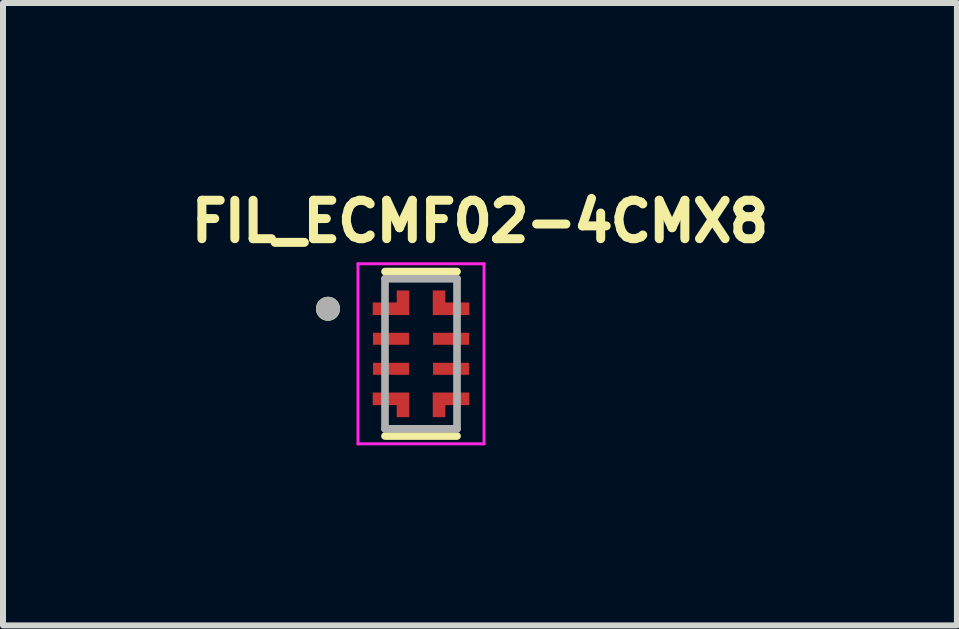
<source format=kicad_pcb>
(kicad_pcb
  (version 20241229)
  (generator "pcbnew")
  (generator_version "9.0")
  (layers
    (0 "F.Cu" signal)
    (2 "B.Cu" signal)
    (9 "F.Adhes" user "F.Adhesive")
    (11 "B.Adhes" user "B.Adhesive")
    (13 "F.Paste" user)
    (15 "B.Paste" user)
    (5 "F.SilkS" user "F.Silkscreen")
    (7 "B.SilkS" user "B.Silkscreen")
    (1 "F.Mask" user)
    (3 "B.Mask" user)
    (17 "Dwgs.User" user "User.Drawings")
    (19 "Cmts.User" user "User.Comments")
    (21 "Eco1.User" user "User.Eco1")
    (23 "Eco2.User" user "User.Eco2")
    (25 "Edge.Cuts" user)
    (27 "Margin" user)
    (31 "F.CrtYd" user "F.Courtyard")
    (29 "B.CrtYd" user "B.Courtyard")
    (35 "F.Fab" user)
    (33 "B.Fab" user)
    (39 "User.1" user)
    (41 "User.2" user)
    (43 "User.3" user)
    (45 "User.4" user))
  (footprint "FIL_ECMF02-4CMX8"
    (layer "F.Cu")
    (at 3.964 2.844)
    (property "Reference" "FIL_ECMF02-4CMX8" (at 0.982 -2.206 0) (layer "F.SilkS") (effects (font (size 0.64 0.64) (thickness 0.15))))
    (attr smd)
    (fp_poly (pts (xy -0.9 -0.55) (xy -0.1 -0.55) (xy -0.1 -1.15) (xy -0.5 -1.15) (xy -0.5 -0.95) (xy -0.9 -0.95)) (stroke (width 0.01) (type solid)) (fill yes) (layer "F.Mask"))
    (fp_poly (pts (xy -0.9 0.55) (xy -0.1 0.55) (xy -0.1 1.15) (xy -0.5 1.15) (xy -0.5 0.95) (xy -0.9 0.95)) (stroke (width 0.01) (type solid)) (fill yes) (layer "F.Mask"))
    (fp_poly (pts (xy 0.1 -1.15) (xy 0.1 -0.55) (xy 0.9 -0.55) (xy 0.9 -0.95) (xy 0.5 -0.95) (xy 0.5 -1.15)) (stroke (width 0.01) (type solid)) (fill yes) (layer "F.Mask"))
    (fp_poly (pts (xy 0.1 0.55) (xy 0.1 1.15) (xy 0.5 1.15) (xy 0.5 0.95) (xy 0.9 0.95) (xy 0.9 0.55)) (stroke (width 0.01) (type solid)) (fill yes) (layer "F.Mask"))
    (fp_line (start -0.6 -1.37) (end 0.6 -1.37) (stroke (width 0.127) (type solid)) (layer "F.SilkS"))
    (fp_line (start 0.6 1.37) (end -0.6 1.37) (stroke (width 0.127) (type solid)) (layer "F.SilkS"))
    (fp_circle (center -1.55 -0.75) (end -1.45 -0.75) (stroke (width 0.2) (type solid)) (fill no) (layer "F.SilkS"))
    (fp_poly (pts (xy -0.8 -0.65) (xy -0.2 -0.65) (xy -0.2 -1.05) (xy -0.4 -1.05) (xy -0.4 -0.85) (xy -0.8 -0.85)) (stroke (width 0.01) (type solid)) (fill yes) (layer "F.Paste"))
    (fp_poly (pts (xy -0.8 0.65) (xy -0.2 0.65) (xy -0.2 1.05) (xy -0.4 1.05) (xy -0.4 0.85) (xy -0.8 0.85)) (stroke (width 0.01) (type solid)) (fill yes) (layer "F.Paste"))
    (fp_poly (pts (xy 0.2 -1.05) (xy 0.2 -0.65) (xy 0.8 -0.65) (xy 0.8 -0.85) (xy 0.4 -0.85) (xy 0.4 -1.05)) (stroke (width 0.01) (type solid)) (fill yes) (layer "F.Paste"))
    (fp_poly (pts (xy 0.2 0.65) (xy 0.2 1.05) (xy 0.4 1.05) (xy 0.4 0.85) (xy 0.8 0.85) (xy 0.8 0.65)) (stroke (width 0.01) (type solid)) (fill yes) (layer "F.Paste"))
    (fp_line (start -1.05 -1.5) (end -1.05 1.5) (stroke (width 0.05) (type solid)) (layer "F.CrtYd"))
    (fp_line (start -1.05 1.5) (end 1.05 1.5) (stroke (width 0.05) (type solid)) (layer "F.CrtYd"))
    (fp_line (start 1.05 -1.5) (end -1.05 -1.5) (stroke (width 0.05) (type solid)) (layer "F.CrtYd"))
    (fp_line (start 1.05 1.5) (end 1.05 -1.5) (stroke (width 0.05) (type solid)) (layer "F.CrtYd"))
    (fp_line (start -0.6 -1.25) (end 0.6 -1.25) (stroke (width 0.127) (type solid)) (layer "F.Fab"))
    (fp_line (start -0.6 1.25) (end -0.6 -1.25) (stroke (width 0.127) (type solid)) (layer "F.Fab"))
    (fp_line (start 0.6 -1.25) (end 0.6 1.25) (stroke (width 0.127) (type solid)) (layer "F.Fab"))
    (fp_line (start 0.6 1.25) (end -0.6 1.25) (stroke (width 0.127) (type solid)) (layer "F.Fab"))
    (fp_circle (center -1.55 -0.75) (end -1.45 -0.75) (stroke (width 0.2) (type solid)) (fill no) (layer "F.Fab"))
    (pad "1" smd custom (at -0.5 -0.75) (size 0.1 0.1) (layers "F.Cu") (options (anchor rect)) (primitives (gr_poly (pts (xy -0.3 0.1) (xy 0.3 0.1) (xy 0.3 -0.3) (xy 0.1 -0.3) (xy 0.1 -0.1) (xy -0.3 -0.1)) (width 0.01) (fill yes))))
    (pad "2" smd rect (at -0.5 -0.25) (size 0.6 0.2) (layers "F.Cu" "F.Mask" "F.Paste"))
    (pad "3" smd rect (at -0.5 0.25) (size 0.6 0.2) (layers "F.Cu" "F.Mask" "F.Paste"))
    (pad "4" smd custom (at -0.5 0.75) (size 0.1 0.1) (layers "F.Cu") (options (anchor rect)) (primitives (gr_poly (pts (xy -0.3 -0.1) (xy 0.3 -0.1) (xy 0.3 0.3) (xy 0.1 0.3) (xy 0.1 0.1) (xy -0.3 0.1)) (width 0.01) (fill yes))))
    (pad "5" smd custom (at 0.5 0.75) (size 0.1 0.1) (layers "F.Cu") (options (anchor rect)) (primitives (gr_poly (pts (xy -0.3 -0.1) (xy -0.3 0.3) (xy -0.1 0.3) (xy -0.1 0.1) (xy 0.3 0.1) (xy 0.3 -0.1)) (width 0.01) (fill yes))))
    (pad "6" smd rect (at 0.5 0.25) (size 0.6 0.2) (layers "F.Cu" "F.Mask" "F.Paste"))
    (pad "7" smd rect (at 0.5 -0.25) (size 0.6 0.2) (layers "F.Cu" "F.Mask" "F.Paste"))
    (pad "8" smd custom (at 0.5 -0.75) (size 0.1 0.1) (layers "F.Cu") (options (anchor rect)) (primitives (gr_poly (pts (xy -0.3 -0.3) (xy -0.3 0.1) (xy 0.3 0.1) (xy 0.3 -0.1) (xy -0.1 -0.1) (xy -0.1 -0.3)) (width 0.01) (fill yes)))))
  (gr_rect
    (start -3 -3)
    (end 12.892 7.369)
    (stroke (width 0.1) (type default))
    (fill no)
    (layer "Edge.Cuts")))
</source>
